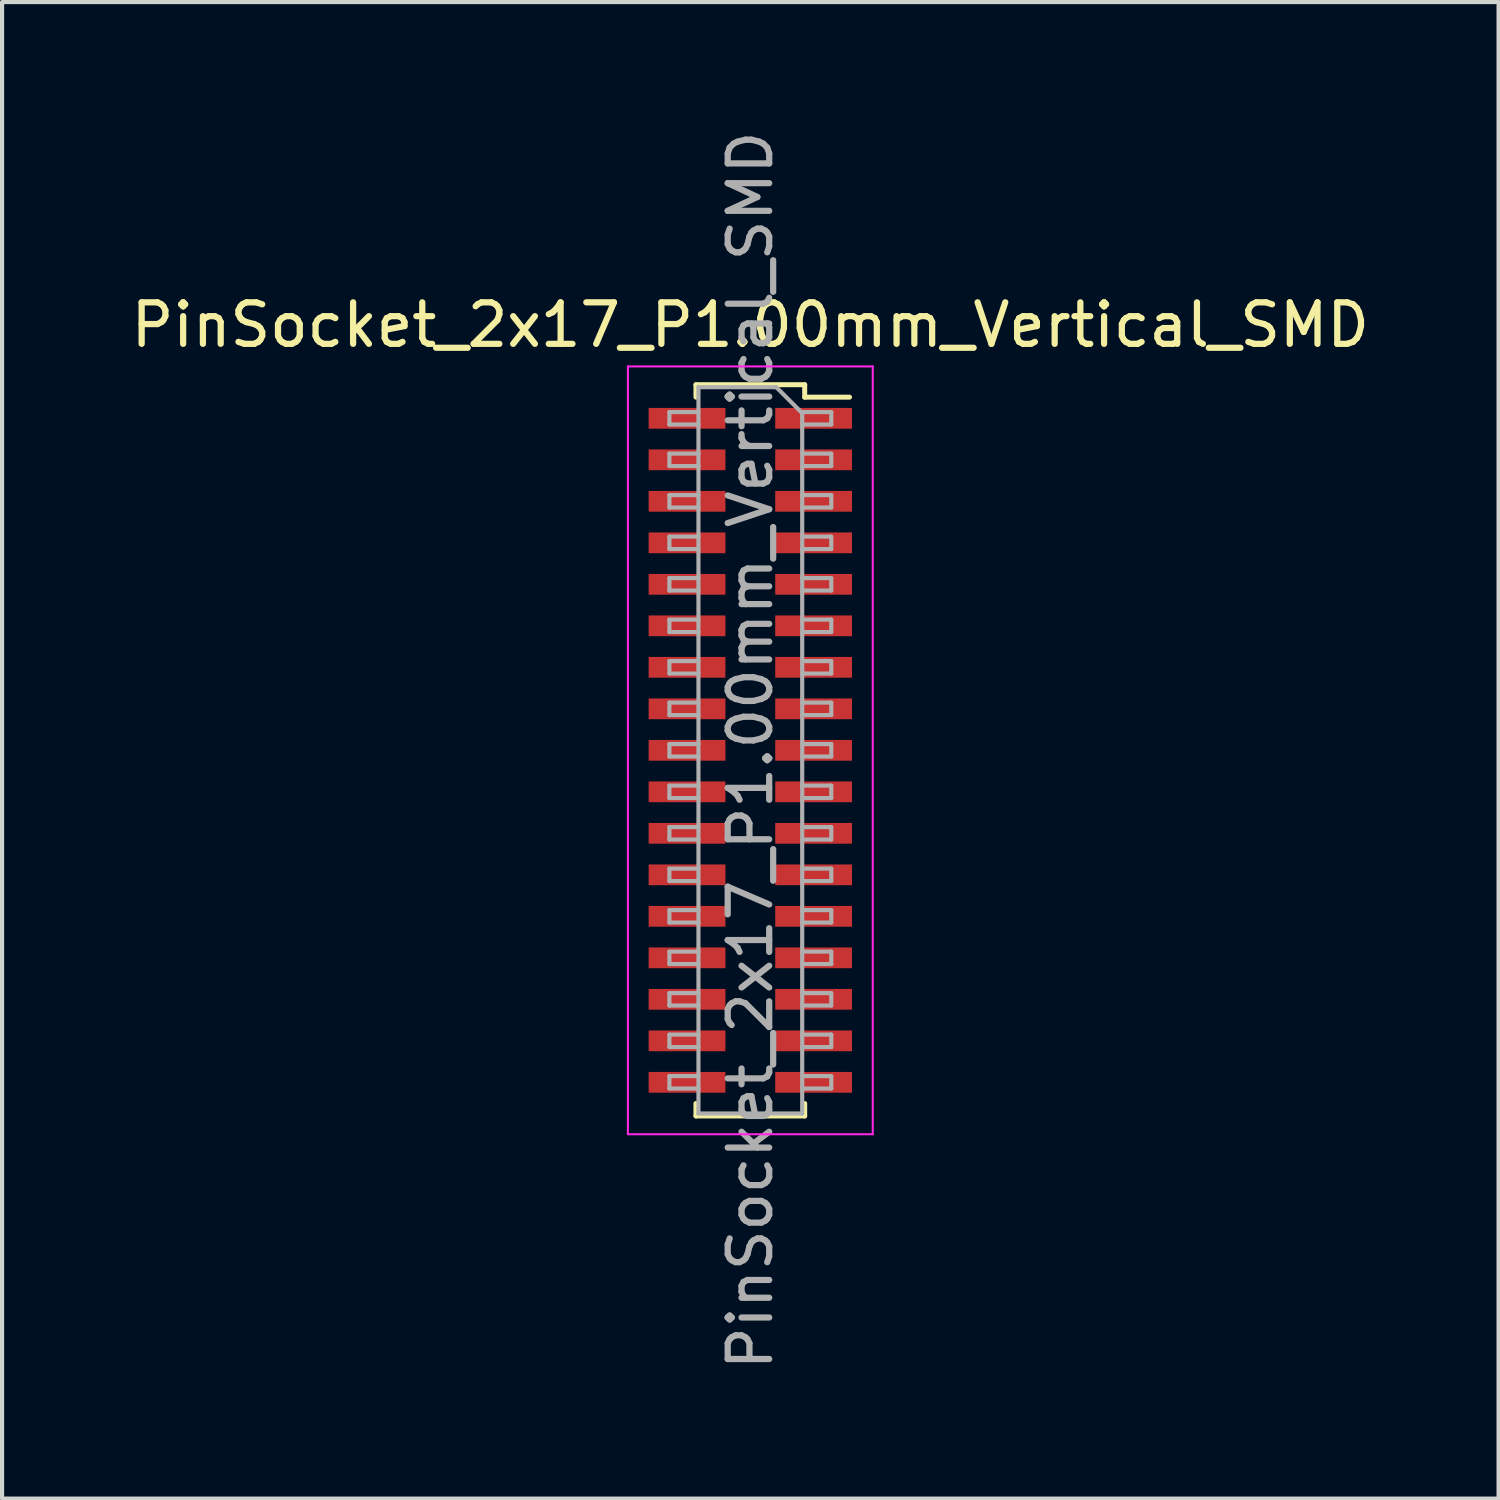
<source format=kicad_pcb>
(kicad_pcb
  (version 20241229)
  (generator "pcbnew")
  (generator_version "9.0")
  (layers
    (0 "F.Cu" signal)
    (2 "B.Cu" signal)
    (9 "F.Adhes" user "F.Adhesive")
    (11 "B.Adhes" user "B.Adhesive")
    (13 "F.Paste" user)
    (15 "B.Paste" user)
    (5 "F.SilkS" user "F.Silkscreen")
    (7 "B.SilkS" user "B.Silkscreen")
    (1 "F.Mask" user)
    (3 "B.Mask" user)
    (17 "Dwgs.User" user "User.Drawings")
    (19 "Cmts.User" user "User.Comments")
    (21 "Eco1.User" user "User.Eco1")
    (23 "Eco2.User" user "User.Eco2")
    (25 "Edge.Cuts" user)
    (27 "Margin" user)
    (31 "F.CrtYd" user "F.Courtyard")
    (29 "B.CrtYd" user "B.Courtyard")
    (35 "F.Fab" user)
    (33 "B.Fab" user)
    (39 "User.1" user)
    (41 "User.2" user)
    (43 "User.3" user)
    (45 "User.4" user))
  (footprint "PinSocket_2x17_P1.00mm_Vertical_SMD"
    (layer "F.Cu")
    (at 15.03 15.03)
    (property "Reference" "PinSocket_2x17_P1.00mm_Vertical_SMD" (at 0 -10.25 0) (layer "F.SilkS") (effects (font (size 1 1) (thickness 0.15))))
    (attr smd)
    (fp_line (start -1.31 -8.81) (end -1.31 -8.51) (stroke (width 0.12) (type solid)) (layer "F.SilkS"))
    (fp_line (start -1.31 -8.81) (end 1.31 -8.81) (stroke (width 0.12) (type solid)) (layer "F.SilkS"))
    (fp_line (start -1.31 8.51) (end -1.31 8.81) (stroke (width 0.12) (type solid)) (layer "F.SilkS"))
    (fp_line (start -1.31 8.81) (end 1.31 8.81) (stroke (width 0.12) (type solid)) (layer "F.SilkS"))
    (fp_line (start 1.31 -8.81) (end 1.31 -8.51) (stroke (width 0.12) (type solid)) (layer "F.SilkS"))
    (fp_line (start 1.31 -8.51) (end 2.39 -8.51) (stroke (width 0.12) (type solid)) (layer "F.SilkS"))
    (fp_line (start 1.31 8.51) (end 1.31 8.81) (stroke (width 0.12) (type solid)) (layer "F.SilkS"))
    (fp_line (start -2.95 -9.25) (end 2.95 -9.25) (stroke (width 0.05) (type solid)) (layer "F.CrtYd"))
    (fp_line (start -2.95 9.25) (end -2.95 -9.25) (stroke (width 0.05) (type solid)) (layer "F.CrtYd"))
    (fp_line (start 2.95 -9.25) (end 2.95 9.25) (stroke (width 0.05) (type solid)) (layer "F.CrtYd"))
    (fp_line (start 2.95 9.25) (end -2.95 9.25) (stroke (width 0.05) (type solid)) (layer "F.CrtYd"))
    (fp_line (start -1.95 -8.15) (end -1.25 -8.15) (stroke (width 0.1) (type solid)) (layer "F.Fab"))
    (fp_line (start -1.95 -7.85) (end -1.95 -8.15) (stroke (width 0.1) (type solid)) (layer "F.Fab"))
    (fp_line (start -1.95 -7.15) (end -1.25 -7.15) (stroke (width 0.1) (type solid)) (layer "F.Fab"))
    (fp_line (start -1.95 -6.85) (end -1.95 -7.15) (stroke (width 0.1) (type solid)) (layer "F.Fab"))
    (fp_line (start -1.95 -6.15) (end -1.25 -6.15) (stroke (width 0.1) (type solid)) (layer "F.Fab"))
    (fp_line (start -1.95 -5.85) (end -1.95 -6.15) (stroke (width 0.1) (type solid)) (layer "F.Fab"))
    (fp_line (start -1.95 -5.15) (end -1.25 -5.15) (stroke (width 0.1) (type solid)) (layer "F.Fab"))
    (fp_line (start -1.95 -4.85) (end -1.95 -5.15) (stroke (width 0.1) (type solid)) (layer "F.Fab"))
    (fp_line (start -1.95 -4.15) (end -1.25 -4.15) (stroke (width 0.1) (type solid)) (layer "F.Fab"))
    (fp_line (start -1.95 -3.85) (end -1.95 -4.15) (stroke (width 0.1) (type solid)) (layer "F.Fab"))
    (fp_line (start -1.95 -3.15) (end -1.25 -3.15) (stroke (width 0.1) (type solid)) (layer "F.Fab"))
    (fp_line (start -1.95 -2.85) (end -1.95 -3.15) (stroke (width 0.1) (type solid)) (layer "F.Fab"))
    (fp_line (start -1.95 -2.15) (end -1.25 -2.15) (stroke (width 0.1) (type solid)) (layer "F.Fab"))
    (fp_line (start -1.95 -1.85) (end -1.95 -2.15) (stroke (width 0.1) (type solid)) (layer "F.Fab"))
    (fp_line (start -1.95 -1.15) (end -1.25 -1.15) (stroke (width 0.1) (type solid)) (layer "F.Fab"))
    (fp_line (start -1.95 -0.85) (end -1.95 -1.15) (stroke (width 0.1) (type solid)) (layer "F.Fab"))
    (fp_line (start -1.95 -0.15) (end -1.25 -0.15) (stroke (width 0.1) (type solid)) (layer "F.Fab"))
    (fp_line (start -1.95 0.15) (end -1.95 -0.15) (stroke (width 0.1) (type solid)) (layer "F.Fab"))
    (fp_line (start -1.95 0.85) (end -1.25 0.85) (stroke (width 0.1) (type solid)) (layer "F.Fab"))
    (fp_line (start -1.95 1.15) (end -1.95 0.85) (stroke (width 0.1) (type solid)) (layer "F.Fab"))
    (fp_line (start -1.95 1.85) (end -1.25 1.85) (stroke (width 0.1) (type solid)) (layer "F.Fab"))
    (fp_line (start -1.95 2.15) (end -1.95 1.85) (stroke (width 0.1) (type solid)) (layer "F.Fab"))
    (fp_line (start -1.95 2.85) (end -1.25 2.85) (stroke (width 0.1) (type solid)) (layer "F.Fab"))
    (fp_line (start -1.95 3.15) (end -1.95 2.85) (stroke (width 0.1) (type solid)) (layer "F.Fab"))
    (fp_line (start -1.95 3.85) (end -1.25 3.85) (stroke (width 0.1) (type solid)) (layer "F.Fab"))
    (fp_line (start -1.95 4.15) (end -1.95 3.85) (stroke (width 0.1) (type solid)) (layer "F.Fab"))
    (fp_line (start -1.95 4.85) (end -1.25 4.85) (stroke (width 0.1) (type solid)) (layer "F.Fab"))
    (fp_line (start -1.95 5.15) (end -1.95 4.85) (stroke (width 0.1) (type solid)) (layer "F.Fab"))
    (fp_line (start -1.95 5.85) (end -1.25 5.85) (stroke (width 0.1) (type solid)) (layer "F.Fab"))
    (fp_line (start -1.95 6.15) (end -1.95 5.85) (stroke (width 0.1) (type solid)) (layer "F.Fab"))
    (fp_line (start -1.95 6.85) (end -1.25 6.85) (stroke (width 0.1) (type solid)) (layer "F.Fab"))
    (fp_line (start -1.95 7.15) (end -1.95 6.85) (stroke (width 0.1) (type solid)) (layer "F.Fab"))
    (fp_line (start -1.95 7.85) (end -1.25 7.85) (stroke (width 0.1) (type solid)) (layer "F.Fab"))
    (fp_line (start -1.95 8.15) (end -1.95 7.85) (stroke (width 0.1) (type solid)) (layer "F.Fab"))
    (fp_line (start -1.25 -8.75) (end 0.625 -8.75) (stroke (width 0.1) (type solid)) (layer "F.Fab"))
    (fp_line (start -1.25 -7.85) (end -1.95 -7.85) (stroke (width 0.1) (type solid)) (layer "F.Fab"))
    (fp_line (start -1.25 -6.85) (end -1.95 -6.85) (stroke (width 0.1) (type solid)) (layer "F.Fab"))
    (fp_line (start -1.25 -5.85) (end -1.95 -5.85) (stroke (width 0.1) (type solid)) (layer "F.Fab"))
    (fp_line (start -1.25 -4.85) (end -1.95 -4.85) (stroke (width 0.1) (type solid)) (layer "F.Fab"))
    (fp_line (start -1.25 -3.85) (end -1.95 -3.85) (stroke (width 0.1) (type solid)) (layer "F.Fab"))
    (fp_line (start -1.25 -2.85) (end -1.95 -2.85) (stroke (width 0.1) (type solid)) (layer "F.Fab"))
    (fp_line (start -1.25 -1.85) (end -1.95 -1.85) (stroke (width 0.1) (type solid)) (layer "F.Fab"))
    (fp_line (start -1.25 -0.85) (end -1.95 -0.85) (stroke (width 0.1) (type solid)) (layer "F.Fab"))
    (fp_line (start -1.25 0.15) (end -1.95 0.15) (stroke (width 0.1) (type solid)) (layer "F.Fab"))
    (fp_line (start -1.25 1.15) (end -1.95 1.15) (stroke (width 0.1) (type solid)) (layer "F.Fab"))
    (fp_line (start -1.25 2.15) (end -1.95 2.15) (stroke (width 0.1) (type solid)) (layer "F.Fab"))
    (fp_line (start -1.25 3.15) (end -1.95 3.15) (stroke (width 0.1) (type solid)) (layer "F.Fab"))
    (fp_line (start -1.25 4.15) (end -1.95 4.15) (stroke (width 0.1) (type solid)) (layer "F.Fab"))
    (fp_line (start -1.25 5.15) (end -1.95 5.15) (stroke (width 0.1) (type solid)) (layer "F.Fab"))
    (fp_line (start -1.25 6.15) (end -1.95 6.15) (stroke (width 0.1) (type solid)) (layer "F.Fab"))
    (fp_line (start -1.25 7.15) (end -1.95 7.15) (stroke (width 0.1) (type solid)) (layer "F.Fab"))
    (fp_line (start -1.25 8.15) (end -1.95 8.15) (stroke (width 0.1) (type solid)) (layer "F.Fab"))
    (fp_line (start -1.25 8.75) (end -1.25 -8.75) (stroke (width 0.1) (type solid)) (layer "F.Fab"))
    (fp_line (start 0.625 -8.75) (end 1.25 -8.125) (stroke (width 0.1) (type solid)) (layer "F.Fab"))
    (fp_line (start 1.25 -8.15) (end 1.95 -8.15) (stroke (width 0.1) (type solid)) (layer "F.Fab"))
    (fp_line (start 1.25 -8.125) (end 1.25 8.75) (stroke (width 0.1) (type solid)) (layer "F.Fab"))
    (fp_line (start 1.25 -7.15) (end 1.95 -7.15) (stroke (width 0.1) (type solid)) (layer "F.Fab"))
    (fp_line (start 1.25 -6.15) (end 1.95 -6.15) (stroke (width 0.1) (type solid)) (layer "F.Fab"))
    (fp_line (start 1.25 -5.15) (end 1.95 -5.15) (stroke (width 0.1) (type solid)) (layer "F.Fab"))
    (fp_line (start 1.25 -4.15) (end 1.95 -4.15) (stroke (width 0.1) (type solid)) (layer "F.Fab"))
    (fp_line (start 1.25 -3.15) (end 1.95 -3.15) (stroke (width 0.1) (type solid)) (layer "F.Fab"))
    (fp_line (start 1.25 -2.15) (end 1.95 -2.15) (stroke (width 0.1) (type solid)) (layer "F.Fab"))
    (fp_line (start 1.25 -1.15) (end 1.95 -1.15) (stroke (width 0.1) (type solid)) (layer "F.Fab"))
    (fp_line (start 1.25 -0.15) (end 1.95 -0.15) (stroke (width 0.1) (type solid)) (layer "F.Fab"))
    (fp_line (start 1.25 0.85) (end 1.95 0.85) (stroke (width 0.1) (type solid)) (layer "F.Fab"))
    (fp_line (start 1.25 1.85) (end 1.95 1.85) (stroke (width 0.1) (type solid)) (layer "F.Fab"))
    (fp_line (start 1.25 2.85) (end 1.95 2.85) (stroke (width 0.1) (type solid)) (layer "F.Fab"))
    (fp_line (start 1.25 3.85) (end 1.95 3.85) (stroke (width 0.1) (type solid)) (layer "F.Fab"))
    (fp_line (start 1.25 4.85) (end 1.95 4.85) (stroke (width 0.1) (type solid)) (layer "F.Fab"))
    (fp_line (start 1.25 5.85) (end 1.95 5.85) (stroke (width 0.1) (type solid)) (layer "F.Fab"))
    (fp_line (start 1.25 6.85) (end 1.95 6.85) (stroke (width 0.1) (type solid)) (layer "F.Fab"))
    (fp_line (start 1.25 7.85) (end 1.95 7.85) (stroke (width 0.1) (type solid)) (layer "F.Fab"))
    (fp_line (start 1.25 8.75) (end -1.25 8.75) (stroke (width 0.1) (type solid)) (layer "F.Fab"))
    (fp_line (start 1.95 -8.15) (end 1.95 -7.85) (stroke (width 0.1) (type solid)) (layer "F.Fab"))
    (fp_line (start 1.95 -7.85) (end 1.25 -7.85) (stroke (width 0.1) (type solid)) (layer "F.Fab"))
    (fp_line (start 1.95 -7.15) (end 1.95 -6.85) (stroke (width 0.1) (type solid)) (layer "F.Fab"))
    (fp_line (start 1.95 -6.85) (end 1.25 -6.85) (stroke (width 0.1) (type solid)) (layer "F.Fab"))
    (fp_line (start 1.95 -6.15) (end 1.95 -5.85) (stroke (width 0.1) (type solid)) (layer "F.Fab"))
    (fp_line (start 1.95 -5.85) (end 1.25 -5.85) (stroke (width 0.1) (type solid)) (layer "F.Fab"))
    (fp_line (start 1.95 -5.15) (end 1.95 -4.85) (stroke (width 0.1) (type solid)) (layer "F.Fab"))
    (fp_line (start 1.95 -4.85) (end 1.25 -4.85) (stroke (width 0.1) (type solid)) (layer "F.Fab"))
    (fp_line (start 1.95 -4.15) (end 1.95 -3.85) (stroke (width 0.1) (type solid)) (layer "F.Fab"))
    (fp_line (start 1.95 -3.85) (end 1.25 -3.85) (stroke (width 0.1) (type solid)) (layer "F.Fab"))
    (fp_line (start 1.95 -3.15) (end 1.95 -2.85) (stroke (width 0.1) (type solid)) (layer "F.Fab"))
    (fp_line (start 1.95 -2.85) (end 1.25 -2.85) (stroke (width 0.1) (type solid)) (layer "F.Fab"))
    (fp_line (start 1.95 -2.15) (end 1.95 -1.85) (stroke (width 0.1) (type solid)) (layer "F.Fab"))
    (fp_line (start 1.95 -1.85) (end 1.25 -1.85) (stroke (width 0.1) (type solid)) (layer "F.Fab"))
    (fp_line (start 1.95 -1.15) (end 1.95 -0.85) (stroke (width 0.1) (type solid)) (layer "F.Fab"))
    (fp_line (start 1.95 -0.85) (end 1.25 -0.85) (stroke (width 0.1) (type solid)) (layer "F.Fab"))
    (fp_line (start 1.95 -0.15) (end 1.95 0.15) (stroke (width 0.1) (type solid)) (layer "F.Fab"))
    (fp_line (start 1.95 0.15) (end 1.25 0.15) (stroke (width 0.1) (type solid)) (layer "F.Fab"))
    (fp_line (start 1.95 0.85) (end 1.95 1.15) (stroke (width 0.1) (type solid)) (layer "F.Fab"))
    (fp_line (start 1.95 1.15) (end 1.25 1.15) (stroke (width 0.1) (type solid)) (layer "F.Fab"))
    (fp_line (start 1.95 1.85) (end 1.95 2.15) (stroke (width 0.1) (type solid)) (layer "F.Fab"))
    (fp_line (start 1.95 2.15) (end 1.25 2.15) (stroke (width 0.1) (type solid)) (layer "F.Fab"))
    (fp_line (start 1.95 2.85) (end 1.95 3.15) (stroke (width 0.1) (type solid)) (layer "F.Fab"))
    (fp_line (start 1.95 3.15) (end 1.25 3.15) (stroke (width 0.1) (type solid)) (layer "F.Fab"))
    (fp_line (start 1.95 3.85) (end 1.95 4.15) (stroke (width 0.1) (type solid)) (layer "F.Fab"))
    (fp_line (start 1.95 4.15) (end 1.25 4.15) (stroke (width 0.1) (type solid)) (layer "F.Fab"))
    (fp_line (start 1.95 4.85) (end 1.95 5.15) (stroke (width 0.1) (type solid)) (layer "F.Fab"))
    (fp_line (start 1.95 5.15) (end 1.25 5.15) (stroke (width 0.1) (type solid)) (layer "F.Fab"))
    (fp_line (start 1.95 5.85) (end 1.95 6.15) (stroke (width 0.1) (type solid)) (layer "F.Fab"))
    (fp_line (start 1.95 6.15) (end 1.25 6.15) (stroke (width 0.1) (type solid)) (layer "F.Fab"))
    (fp_line (start 1.95 6.85) (end 1.95 7.15) (stroke (width 0.1) (type solid)) (layer "F.Fab"))
    (fp_line (start 1.95 7.15) (end 1.25 7.15) (stroke (width 0.1) (type solid)) (layer "F.Fab"))
    (fp_line (start 1.95 7.85) (end 1.95 8.15) (stroke (width 0.1) (type solid)) (layer "F.Fab"))
    (fp_line (start 1.95 8.15) (end 1.25 8.15) (stroke (width 0.1) (type solid)) (layer "F.Fab"))
    (fp_text user "${REFERENCE}" (at 0 0 90) (layer "F.Fab") (effects (font (size 1 1) (thickness 0.15))))
    (pad "1" smd rect (at 1.525 -8) (size 1.85 0.5) (layers "F.Cu" "F.Mask" "F.Paste"))
    (pad "2" smd rect (at -1.525 -8) (size 1.85 0.5) (layers "F.Cu" "F.Mask" "F.Paste"))
    (pad "3" smd rect (at 1.525 -7) (size 1.85 0.5) (layers "F.Cu" "F.Mask" "F.Paste"))
    (pad "4" smd rect (at -1.525 -7) (size 1.85 0.5) (layers "F.Cu" "F.Mask" "F.Paste"))
    (pad "5" smd rect (at 1.525 -6) (size 1.85 0.5) (layers "F.Cu" "F.Mask" "F.Paste"))
    (pad "6" smd rect (at -1.525 -6) (size 1.85 0.5) (layers "F.Cu" "F.Mask" "F.Paste"))
    (pad "7" smd rect (at 1.525 -5) (size 1.85 0.5) (layers "F.Cu" "F.Mask" "F.Paste"))
    (pad "8" smd rect (at -1.525 -5) (size 1.85 0.5) (layers "F.Cu" "F.Mask" "F.Paste"))
    (pad "9" smd rect (at 1.525 -4) (size 1.85 0.5) (layers "F.Cu" "F.Mask" "F.Paste"))
    (pad "10" smd rect (at -1.525 -4) (size 1.85 0.5) (layers "F.Cu" "F.Mask" "F.Paste"))
    (pad "11" smd rect (at 1.525 -3) (size 1.85 0.5) (layers "F.Cu" "F.Mask" "F.Paste"))
    (pad "12" smd rect (at -1.525 -3) (size 1.85 0.5) (layers "F.Cu" "F.Mask" "F.Paste"))
    (pad "13" smd rect (at 1.525 -2) (size 1.85 0.5) (layers "F.Cu" "F.Mask" "F.Paste"))
    (pad "14" smd rect (at -1.525 -2) (size 1.85 0.5) (layers "F.Cu" "F.Mask" "F.Paste"))
    (pad "15" smd rect (at 1.525 -1) (size 1.85 0.5) (layers "F.Cu" "F.Mask" "F.Paste"))
    (pad "16" smd rect (at -1.525 -1) (size 1.85 0.5) (layers "F.Cu" "F.Mask" "F.Paste"))
    (pad "17" smd rect (at 1.525 0) (size 1.85 0.5) (layers "F.Cu" "F.Mask" "F.Paste"))
    (pad "18" smd rect (at -1.525 0) (size 1.85 0.5) (layers "F.Cu" "F.Mask" "F.Paste"))
    (pad "19" smd rect (at 1.525 1) (size 1.85 0.5) (layers "F.Cu" "F.Mask" "F.Paste"))
    (pad "20" smd rect (at -1.525 1) (size 1.85 0.5) (layers "F.Cu" "F.Mask" "F.Paste"))
    (pad "21" smd rect (at 1.525 2) (size 1.85 0.5) (layers "F.Cu" "F.Mask" "F.Paste"))
    (pad "22" smd rect (at -1.525 2) (size 1.85 0.5) (layers "F.Cu" "F.Mask" "F.Paste"))
    (pad "23" smd rect (at 1.525 3) (size 1.85 0.5) (layers "F.Cu" "F.Mask" "F.Paste"))
    (pad "24" smd rect (at -1.525 3) (size 1.85 0.5) (layers "F.Cu" "F.Mask" "F.Paste"))
    (pad "25" smd rect (at 1.525 4) (size 1.85 0.5) (layers "F.Cu" "F.Mask" "F.Paste"))
    (pad "26" smd rect (at -1.525 4) (size 1.85 0.5) (layers "F.Cu" "F.Mask" "F.Paste"))
    (pad "27" smd rect (at 1.525 5) (size 1.85 0.5) (layers "F.Cu" "F.Mask" "F.Paste"))
    (pad "28" smd rect (at -1.525 5) (size 1.85 0.5) (layers "F.Cu" "F.Mask" "F.Paste"))
    (pad "29" smd rect (at 1.525 6) (size 1.85 0.5) (layers "F.Cu" "F.Mask" "F.Paste"))
    (pad "30" smd rect (at -1.525 6) (size 1.85 0.5) (layers "F.Cu" "F.Mask" "F.Paste"))
    (pad "31" smd rect (at 1.525 7) (size 1.85 0.5) (layers "F.Cu" "F.Mask" "F.Paste"))
    (pad "32" smd rect (at -1.525 7) (size 1.85 0.5) (layers "F.Cu" "F.Mask" "F.Paste"))
    (pad "33" smd rect (at 1.525 8) (size 1.85 0.5) (layers "F.Cu" "F.Mask" "F.Paste"))
    (pad "34" smd rect (at -1.525 8) (size 1.85 0.5) (layers "F.Cu" "F.Mask" "F.Paste")))
  (gr_rect
    (start -3 -3)
    (end 33.06 33.06)
    (stroke (width 0.1) (type default))
    (fill no)
    (layer "Edge.Cuts")))
</source>
